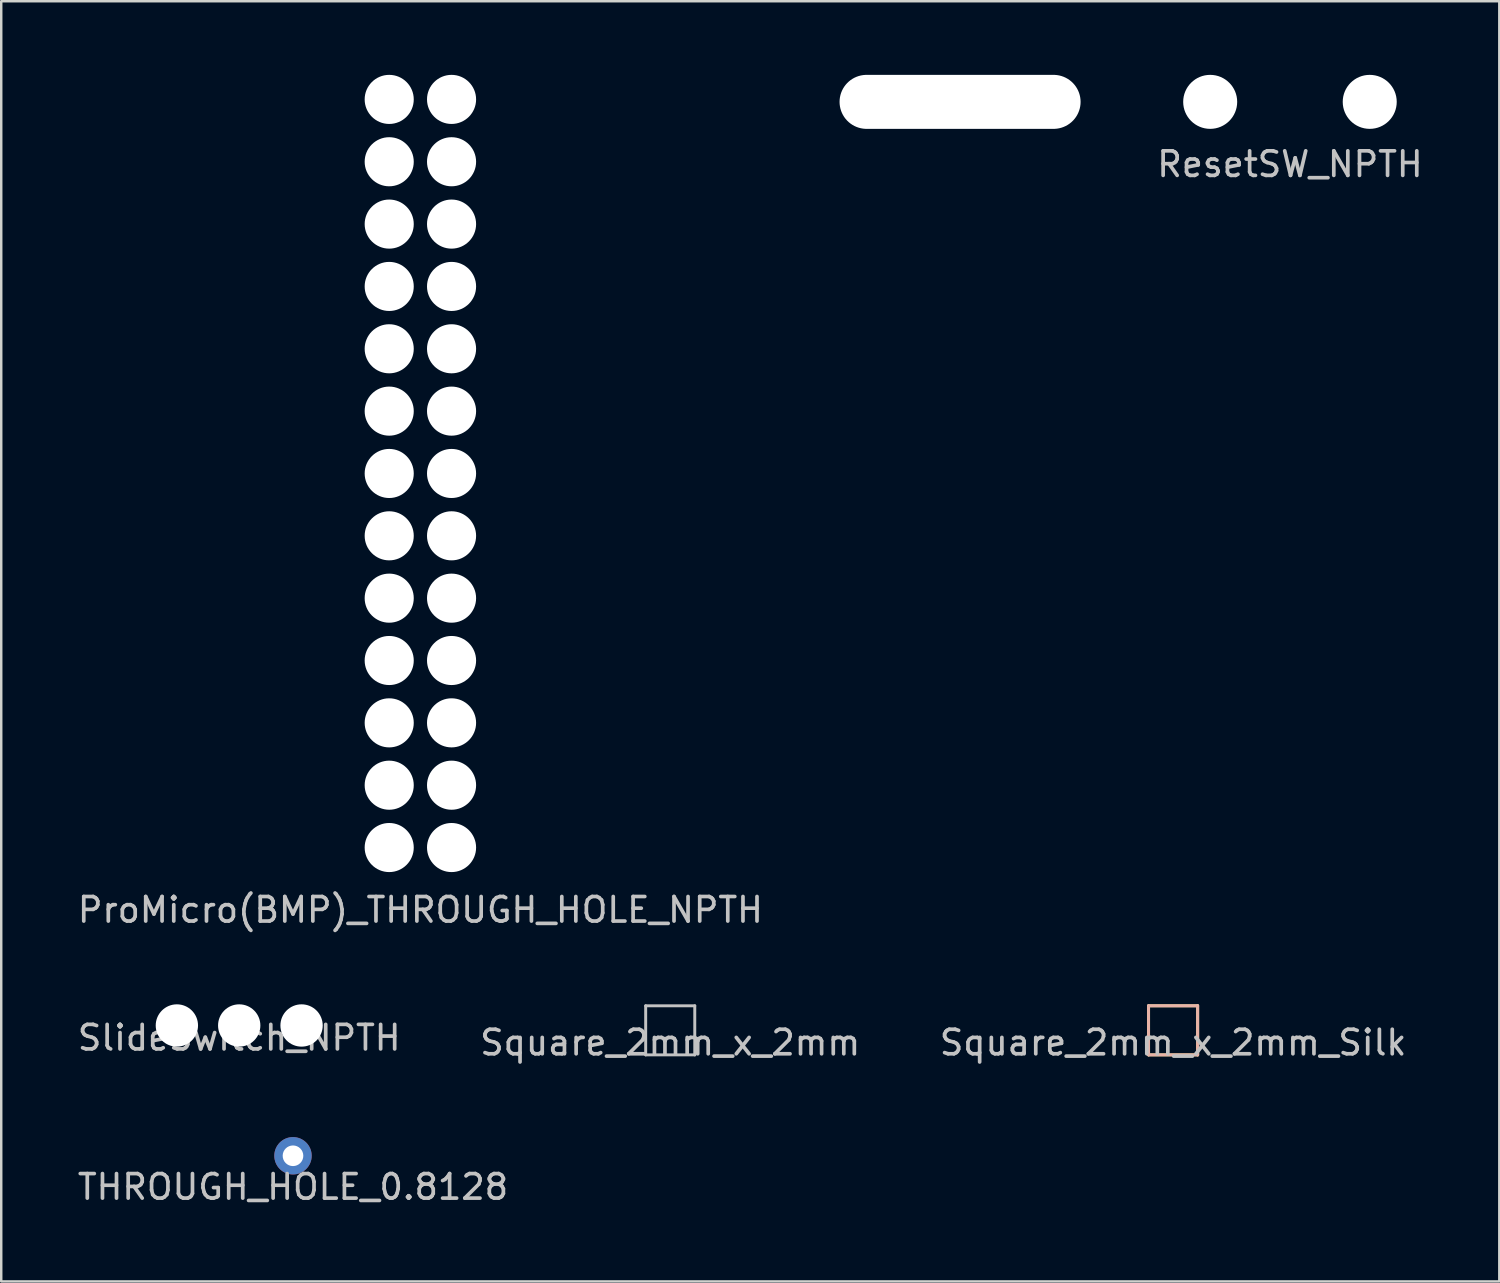
<source format=kicad_pcb>
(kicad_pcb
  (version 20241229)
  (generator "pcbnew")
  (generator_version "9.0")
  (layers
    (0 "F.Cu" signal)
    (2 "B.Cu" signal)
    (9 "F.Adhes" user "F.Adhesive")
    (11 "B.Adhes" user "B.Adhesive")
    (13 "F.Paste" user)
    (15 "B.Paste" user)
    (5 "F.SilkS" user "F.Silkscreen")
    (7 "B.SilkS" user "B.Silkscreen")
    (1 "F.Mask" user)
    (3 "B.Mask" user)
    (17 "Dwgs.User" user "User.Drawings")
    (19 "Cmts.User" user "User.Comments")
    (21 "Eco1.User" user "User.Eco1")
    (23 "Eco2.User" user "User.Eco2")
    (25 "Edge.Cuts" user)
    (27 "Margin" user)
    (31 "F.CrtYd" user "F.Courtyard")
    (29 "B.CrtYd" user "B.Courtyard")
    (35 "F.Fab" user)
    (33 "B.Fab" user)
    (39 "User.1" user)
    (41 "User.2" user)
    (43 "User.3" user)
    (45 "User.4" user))
  (footprint "ResetSW_NPTH"
    (layer "F.Cu")
    (at 49.505 1.1)
    (property "Reference" "ResetSW_NPTH" (at 0 2.54 0) (layer "Dwgs.User") (effects (font (size 1 1) (thickness 0.15))))
    (attr through_hole)
    (pad "" np_thru_hole circle (at -3.25 0) (size 2.2 2.2) (drill 2.2) (layers "*.Cu" "*.Mask"))
    (pad "" np_thru_hole circle (at 3.25 0) (size 2.2 2.2) (drill 2.2) (layers "*.Cu" "*.Mask")))
  (footprint "R_NPTH"
    (layer "F.Cu")
    (at 36.065 1.1)
    (property "Reference" "R_NPTH" (at 0 0 0) (layer "Dwgs.User") (effects (font (size 1 1) (thickness 0.15))))
    (attr through_hole)
    (pad "" np_thru_hole oval (at 0 0) (size 9.82 2.2) (drill oval 9.82 2.2) (layers "*.Cu" "*.Mask")))
  (footprint "ProMicro(BMP)_THROUGH_HOLE_NPTH"
    (layer "F.Cu")
    (at 14.077 17.51)
    (property "Reference" "ProMicro(BMP)_THROUGH_HOLE_NPTH" (at 0 16.51 180) (layer "Dwgs.User") (effects (font (size 1 1) (thickness 0.15))))
    (attr through_hole)
    (pad "" np_thru_hole circle (at -1.27 -16.51 270) (size 2 2) (drill 2) (layers "*.Cu" "*.Mask"))
    (pad "" np_thru_hole circle (at -1.27 -13.97 270) (size 2 2) (drill 2) (layers "*.Cu" "*.Mask"))
    (pad "" np_thru_hole circle (at -1.27 -11.43 270) (size 2 2) (drill 2) (layers "*.Cu" "*.Mask"))
    (pad "" np_thru_hole circle (at -1.27 -8.89 270) (size 2 2) (drill 2) (layers "*.Cu" "*.Mask"))
    (pad "" np_thru_hole circle (at -1.27 -6.35 270) (size 2 2) (drill 2) (layers "*.Cu" "*.Mask"))
    (pad "" np_thru_hole circle (at -1.27 -3.81 270) (size 2 2) (drill 2) (layers "*.Cu" "*.Mask"))
    (pad "" np_thru_hole circle (at -1.27 -1.27 270) (size 2 2) (drill 2) (layers "*.Cu" "*.Mask"))
    (pad "" np_thru_hole circle (at -1.27 1.27 270) (size 2 2) (drill 2) (layers "*.Cu" "*.Mask"))
    (pad "" np_thru_hole circle (at -1.27 3.81 270) (size 2 2) (drill 2) (layers "*.Cu" "*.Mask"))
    (pad "" np_thru_hole circle (at -1.27 6.35 270) (size 2 2) (drill 2) (layers "*.Cu" "*.Mask"))
    (pad "" np_thru_hole circle (at -1.27 8.89 270) (size 2 2) (drill 2) (layers "*.Cu" "*.Mask"))
    (pad "" np_thru_hole circle (at -1.27 11.43 270) (size 2 2) (drill 2) (layers "*.Cu" "*.Mask"))
    (pad "" np_thru_hole circle (at -1.27 13.97 270) (size 2 2) (drill 2) (layers "*.Cu" "*.Mask"))
    (pad "" np_thru_hole circle (at 1.27 -16.51 270) (size 2 2) (drill 2) (layers "*.Cu" "*.Mask"))
    (pad "" np_thru_hole circle (at 1.27 -13.97 270) (size 2 2) (drill 2) (layers "*.Cu" "*.Mask"))
    (pad "" np_thru_hole circle (at 1.27 -11.43 270) (size 2 2) (drill 2) (layers "*.Cu" "*.Mask"))
    (pad "" np_thru_hole circle (at 1.27 -8.89 270) (size 2 2) (drill 2) (layers "*.Cu" "*.Mask"))
    (pad "" np_thru_hole circle (at 1.27 -6.35 270) (size 2 2) (drill 2) (layers "*.Cu" "*.Mask"))
    (pad "" np_thru_hole circle (at 1.27 -3.81 270) (size 2 2) (drill 2) (layers "*.Cu" "*.Mask"))
    (pad "" np_thru_hole circle (at 1.27 -1.27 270) (size 2 2) (drill 2) (layers "*.Cu" "*.Mask"))
    (pad "" np_thru_hole circle (at 1.27 1.27 270) (size 2 2) (drill 2) (layers "*.Cu" "*.Mask"))
    (pad "" np_thru_hole circle (at 1.27 3.81 270) (size 2 2) (drill 2) (layers "*.Cu" "*.Mask"))
    (pad "" np_thru_hole circle (at 1.27 6.35 270) (size 2 2) (drill 2) (layers "*.Cu" "*.Mask"))
    (pad "" np_thru_hole circle (at 1.27 8.89 270) (size 2 2) (drill 2) (layers "*.Cu" "*.Mask"))
    (pad "" np_thru_hole circle (at 1.27 11.43 270) (size 2 2) (drill 2) (layers "*.Cu" "*.Mask"))
    (pad "" np_thru_hole circle (at 1.27 13.97 270) (size 2 2) (drill 2) (layers "*.Cu" "*.Mask")))
  (footprint "THROUGH_HOLE_0.8128"
    (layer "F.Cu")
    (at 8.887 44.038)
    (property "Reference" "THROUGH_HOLE_0.8128" (at 0 1.27 0) (layer "Dwgs.User") (effects (font (size 1 1) (thickness 0.15))))
    (attr through_hole)
    (pad "" thru_hole circle (at 0 0 270) (size 1.524 1.524) (drill 0.84) (layers "*.Cu" "*.Mask")))
  (footprint "Square_2mm_x_2mm"
    (layer "F.Cu")
    (at 24.256 38.928)
    (property "Reference" "Square_2mm_x_2mm" (at 0 0.5 0) (layer "Dwgs.User") (effects (font (size 1 1) (thickness 0.15))))
    (attr through_hole)
    (fp_line (start -1 -1) (end -1 1) (stroke (width 0.12) (type solid)) (layer "Dwgs.User"))
    (fp_line (start -1 1) (end 1 1) (stroke (width 0.12) (type solid)) (layer "Dwgs.User"))
    (fp_line (start 1 -1) (end -1 -1) (stroke (width 0.12) (type solid)) (layer "Dwgs.User"))
    (fp_line (start 1 1) (end 1 -1) (stroke (width 0.12) (type solid)) (layer "Dwgs.User")))
  (footprint "SlideSwitch_NPTH"
    (layer "F.Cu")
    (at 6.696 38.73)
    (property "Reference" "SlideSwitch_NPTH" (at 0 0.5 0) (layer "Dwgs.User") (effects (font (size 1 1) (thickness 0.15))))
    (attr through_hole)
    (pad "" np_thru_hole circle (at -2.54 0 90) (size 1.724 1.724) (drill 1.724) (layers "*.Cu" "*.Mask"))
    (pad "" np_thru_hole circle (at 0 0 90) (size 1.724 1.724) (drill 1.724) (layers "*.Cu" "*.Mask"))
    (pad "" np_thru_hole circle (at 2.54 0 90) (size 1.724 1.724) (drill 1.724) (layers "*.Cu" "*.Mask")))
  (footprint "Square_2mm_x_2mm_Silk"
    (layer "F.Cu")
    (at 44.744 38.928)
    (property "Reference" "Square_2mm_x_2mm_Silk" (at 0 0.5 0) (layer "Dwgs.User") (effects (font (size 1 1) (thickness 0.15))))
    (attr through_hole)
    (fp_line (start -1 -1) (end -1 1) (stroke (width 0.12) (type solid)) (layer "F.SilkS"))
    (fp_line (start -1 1) (end 1 1) (stroke (width 0.12) (type solid)) (layer "F.SilkS"))
    (fp_line (start 1 -1) (end -1 -1) (stroke (width 0.12) (type solid)) (layer "F.SilkS"))
    (fp_line (start 1 1) (end 1 -1) (stroke (width 0.12) (type solid)) (layer "F.SilkS"))
    (fp_line (start -1 -1) (end 1 -1) (stroke (width 0.12) (type solid)) (layer "B.SilkS"))
    (fp_line (start -1 1) (end -1 -1) (stroke (width 0.12) (type solid)) (layer "B.SilkS"))
    (fp_line (start 1 -1) (end 1 1) (stroke (width 0.12) (type solid)) (layer "B.SilkS"))
    (fp_line (start 1 1) (end -1 1) (stroke (width 0.12) (type solid)) (layer "B.SilkS")))
  (gr_rect
    (start -3 -3)
    (end 58.034 49.157)
    (stroke (width 0.1) (type default))
    (fill no)
    (layer "Edge.Cuts")))
</source>
